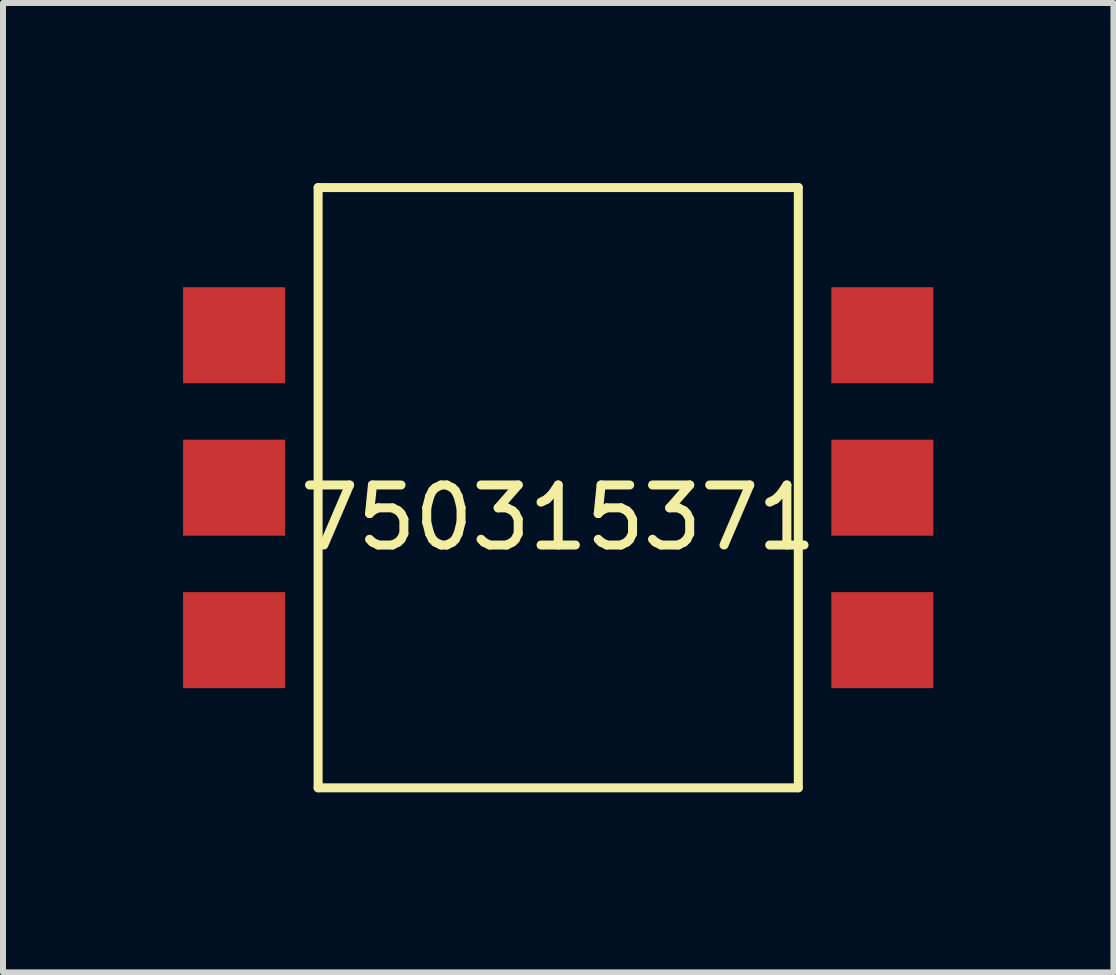
<source format=kicad_pcb>
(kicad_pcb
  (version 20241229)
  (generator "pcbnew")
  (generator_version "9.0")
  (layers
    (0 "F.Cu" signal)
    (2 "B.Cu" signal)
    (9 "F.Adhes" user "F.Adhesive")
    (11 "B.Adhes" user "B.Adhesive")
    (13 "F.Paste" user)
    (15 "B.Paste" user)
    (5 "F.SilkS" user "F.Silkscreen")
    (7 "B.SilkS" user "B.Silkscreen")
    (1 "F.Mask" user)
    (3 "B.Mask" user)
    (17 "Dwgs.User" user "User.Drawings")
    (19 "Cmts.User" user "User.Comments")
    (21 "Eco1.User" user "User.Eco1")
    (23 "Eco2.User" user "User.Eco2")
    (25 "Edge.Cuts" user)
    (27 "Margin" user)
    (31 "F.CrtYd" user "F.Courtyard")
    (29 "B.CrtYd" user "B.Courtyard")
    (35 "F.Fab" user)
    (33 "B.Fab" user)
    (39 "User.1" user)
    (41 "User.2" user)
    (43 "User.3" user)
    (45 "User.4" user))
  (footprint "750315371"
    (layer "F.Cu")
    (at 6.25 5.075)
    (property "Reference" "750315371" (at 0 0.5 0) (layer "F.SilkS") (effects (font (size 1 1) (thickness 0.15))))
    (attr through_hole)
    (fp_line (start -4 -5) (end -4 5) (stroke (width 0.15) (type solid)) (layer "F.SilkS"))
    (fp_line (start -4 5) (end 4 5) (stroke (width 0.15) (type solid)) (layer "F.SilkS"))
    (fp_line (start 4 -5) (end -4 -5) (stroke (width 0.15) (type solid)) (layer "F.SilkS"))
    (fp_line (start 4 5) (end 4 -5) (stroke (width 0.15) (type solid)) (layer "F.SilkS"))
    (pad "1" smd rect (at -5.4 -2.54) (size 1.7 1.6) (layers "F.Cu" "F.Mask" "F.Paste"))
    (pad "2" smd rect (at -5.4 0) (size 1.7 1.6) (layers "F.Cu" "F.Mask" "F.Paste"))
    (pad "4" smd rect (at -5.4 2.54) (size 1.7 1.6) (layers "F.Cu" "F.Mask" "F.Paste"))
    (pad "5" smd rect (at 5.4 2.54) (size 1.7 1.6) (layers "F.Cu" "F.Mask" "F.Paste"))
    (pad "7" smd rect (at 5.4 0) (size 1.7 1.6) (layers "F.Cu" "F.Mask" "F.Paste"))
    (pad "8" smd rect (at 5.4 -2.54) (size 1.7 1.6) (layers "F.Cu" "F.Mask" "F.Paste")))
  (gr_rect
    (start -3 -3)
    (end 15.5 13.15)
    (stroke (width 0.1) (type default))
    (fill no)
    (layer "Edge.Cuts")))
</source>
